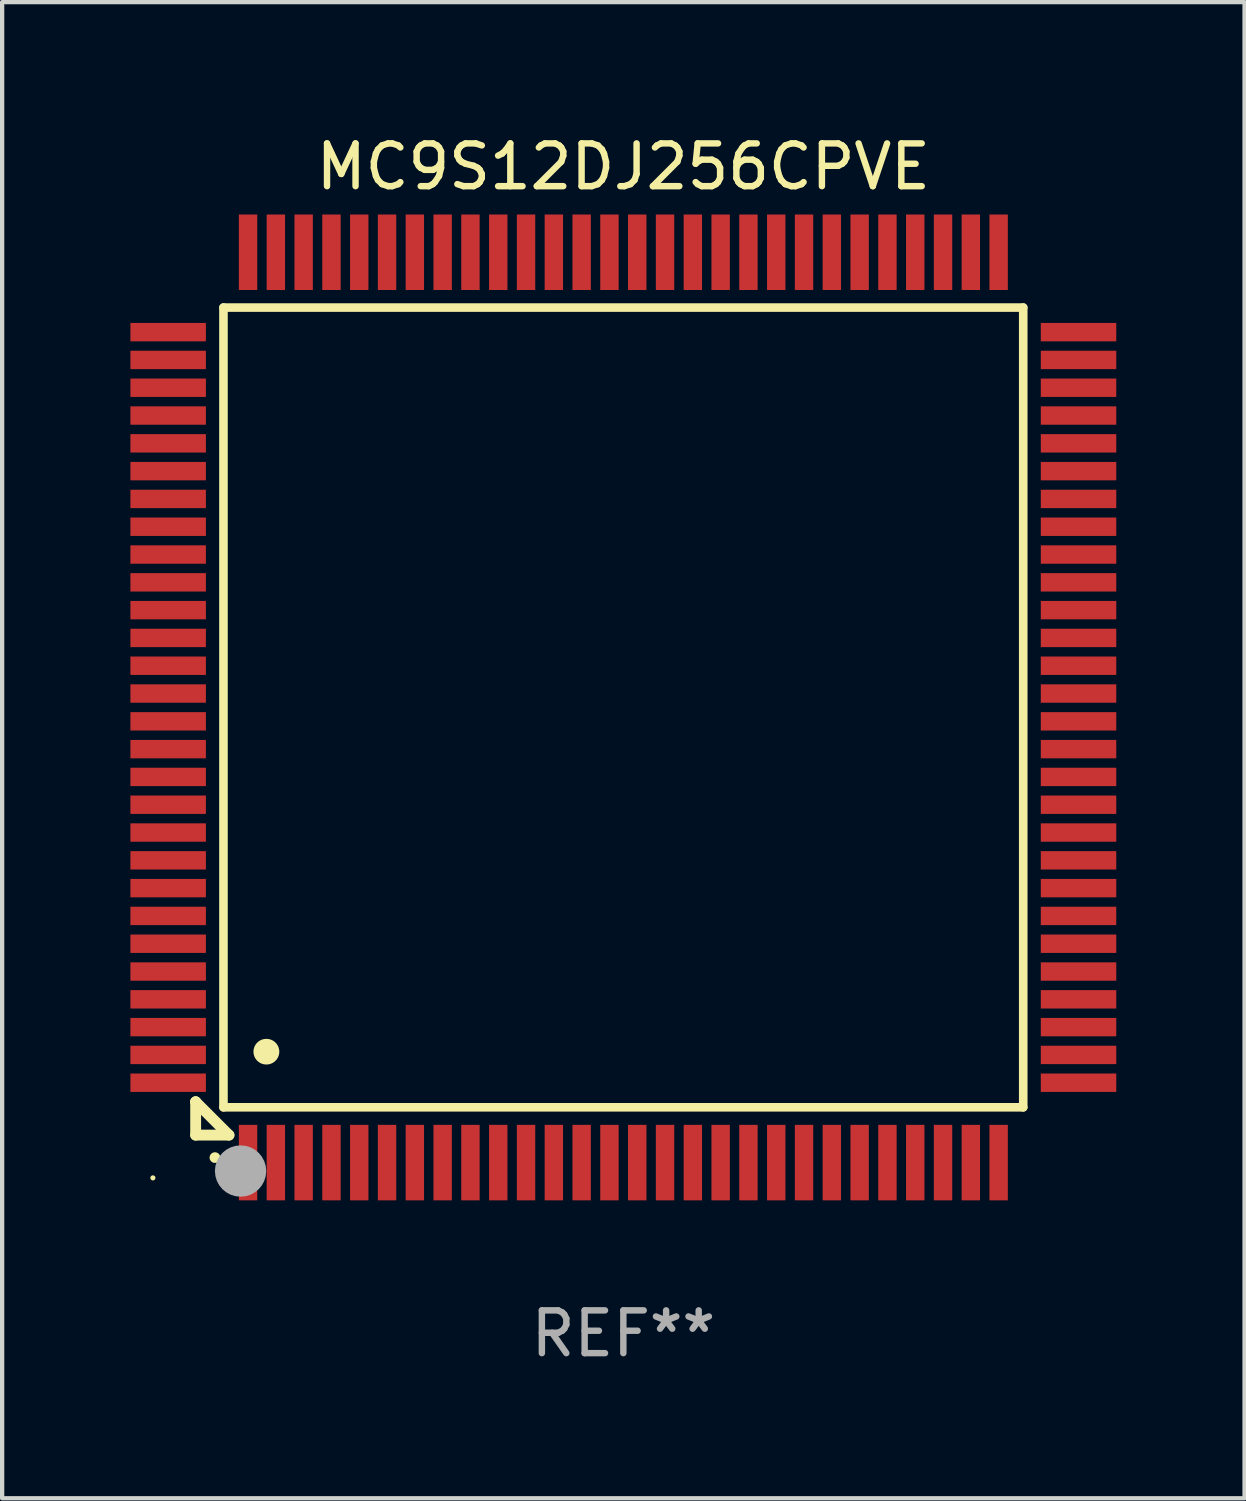
<source format=kicad_pcb>
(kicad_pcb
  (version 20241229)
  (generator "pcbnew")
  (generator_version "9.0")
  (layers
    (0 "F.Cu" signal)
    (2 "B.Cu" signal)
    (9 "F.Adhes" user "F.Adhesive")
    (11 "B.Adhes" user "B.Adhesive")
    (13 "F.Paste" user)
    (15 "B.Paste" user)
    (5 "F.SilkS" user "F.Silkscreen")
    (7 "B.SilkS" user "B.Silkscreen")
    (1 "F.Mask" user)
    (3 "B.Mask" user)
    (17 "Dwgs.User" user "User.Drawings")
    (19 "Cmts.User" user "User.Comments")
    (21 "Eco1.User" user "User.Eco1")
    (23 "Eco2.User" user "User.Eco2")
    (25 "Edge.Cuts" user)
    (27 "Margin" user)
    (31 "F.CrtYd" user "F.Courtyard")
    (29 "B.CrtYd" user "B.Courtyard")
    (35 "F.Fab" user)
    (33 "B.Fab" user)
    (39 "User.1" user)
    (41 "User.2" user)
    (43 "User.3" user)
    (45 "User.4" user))
  (footprint "MC9S12DJ256CPVE"
    (layer "F.Cu")
    (at 11.525 13.491)
    (property "Reference" "MC9S12DJ256CPVE" (at 0 -12.643 0) (layer "F.SilkS") (effects (font (size 1 1) (thickness 0.15))))
    (attr through_hole)
    (fp_line (start -10 9.221) (end -10 9.221) (stroke (width 0.254) (type solid)) (layer "F.SilkS"))
    (fp_line (start -10 9.221) (end -10 10) (stroke (width 0.254) (type solid)) (layer "F.SilkS"))
    (fp_line (start -10 9.221) (end -9.221 10) (stroke (width 0.254) (type solid)) (layer "F.SilkS"))
    (fp_line (start -10 10) (end -9.221 10) (stroke (width 0.254) (type solid)) (layer "F.SilkS"))
    (fp_line (start -9.35 -9.35) (end -9.35 9.35) (stroke (width 0.201) (type solid)) (layer "F.SilkS"))
    (fp_line (start -9.35 9.35) (end 9.35 9.35) (stroke (width 0.201) (type solid)) (layer "F.SilkS"))
    (fp_line (start 9.35 -9.35) (end -9.35 -9.35) (stroke (width 0.201) (type solid)) (layer "F.SilkS"))
    (fp_line (start 9.35 9.35) (end 9.35 -9.35) (stroke (width 0.201) (type solid)) (layer "F.SilkS"))
    (fp_arc (start -9.550546 10.525832) (mid -9.549276 10.525826) (end -9.548006 10.525832) (stroke (width 0.24892) (type solid)) (layer "F.SilkS"))
    (fp_arc (start -8.349124 8.049327) (mid -8.346584 8.049316) (end -8.344044 8.049327) (stroke (width 0.599441) (type solid)) (layer "F.SilkS"))
    (fp_circle (center -11 11) (end -10.97 11) (stroke (width 0.06) (type solid)) (fill no) (layer "F.SilkS"))
    (fp_circle (center -8.95 10.84) (end -8.65 10.84) (stroke (width 0.6) (type solid)) (fill no) (layer "F.Fab"))
    (fp_text user "REF**" (at 0 14.643 0) (layer "F.Fab") (effects (font (size 1 1) (thickness 0.15))))
    (pad "1" smd rect (at -8.775 10.643) (size 0.43 1.765) (layers "F.Cu" "F.Mask" "F.Paste"))
    (pad "2" smd rect (at -8.125 10.643) (size 0.43 1.765) (layers "F.Cu" "F.Mask" "F.Paste"))
    (pad "3" smd rect (at -7.475 10.643) (size 0.43 1.765) (layers "F.Cu" "F.Mask" "F.Paste"))
    (pad "4" smd rect (at -6.825 10.643) (size 0.43 1.765) (layers "F.Cu" "F.Mask" "F.Paste"))
    (pad "5" smd rect (at -6.175 10.643) (size 0.43 1.765) (layers "F.Cu" "F.Mask" "F.Paste"))
    (pad "6" smd rect (at -5.525 10.643) (size 0.43 1.765) (layers "F.Cu" "F.Mask" "F.Paste"))
    (pad "7" smd rect (at -4.875 10.643) (size 0.43 1.765) (layers "F.Cu" "F.Mask" "F.Paste"))
    (pad "8" smd rect (at -4.225 10.643) (size 0.43 1.765) (layers "F.Cu" "F.Mask" "F.Paste"))
    (pad "9" smd rect (at -3.575 10.643) (size 0.43 1.765) (layers "F.Cu" "F.Mask" "F.Paste"))
    (pad "10" smd rect (at -2.925 10.643) (size 0.43 1.765) (layers "F.Cu" "F.Mask" "F.Paste"))
    (pad "11" smd rect (at -2.275 10.643) (size 0.43 1.765) (layers "F.Cu" "F.Mask" "F.Paste"))
    (pad "12" smd rect (at -1.625 10.643) (size 0.43 1.765) (layers "F.Cu" "F.Mask" "F.Paste"))
    (pad "13" smd rect (at -0.975 10.643) (size 0.43 1.765) (layers "F.Cu" "F.Mask" "F.Paste"))
    (pad "14" smd rect (at -0.325 10.643) (size 0.43 1.765) (layers "F.Cu" "F.Mask" "F.Paste"))
    (pad "15" smd rect (at 0.325 10.643) (size 0.43 1.765) (layers "F.Cu" "F.Mask" "F.Paste"))
    (pad "16" smd rect (at 0.975 10.643) (size 0.43 1.765) (layers "F.Cu" "F.Mask" "F.Paste"))
    (pad "17" smd rect (at 1.625 10.643) (size 0.43 1.765) (layers "F.Cu" "F.Mask" "F.Paste"))
    (pad "18" smd rect (at 2.275 10.643) (size 0.43 1.765) (layers "F.Cu" "F.Mask" "F.Paste"))
    (pad "19" smd rect (at 2.925 10.643) (size 0.43 1.765) (layers "F.Cu" "F.Mask" "F.Paste"))
    (pad "20" smd rect (at 3.575 10.643) (size 0.43 1.765) (layers "F.Cu" "F.Mask" "F.Paste"))
    (pad "21" smd rect (at 4.225 10.643) (size 0.43 1.765) (layers "F.Cu" "F.Mask" "F.Paste"))
    (pad "22" smd rect (at 4.875 10.643) (size 0.43 1.765) (layers "F.Cu" "F.Mask" "F.Paste"))
    (pad "23" smd rect (at 5.525 10.643) (size 0.43 1.765) (layers "F.Cu" "F.Mask" "F.Paste"))
    (pad "24" smd rect (at 6.175 10.643) (size 0.43 1.765) (layers "F.Cu" "F.Mask" "F.Paste"))
    (pad "25" smd rect (at 6.825 10.643) (size 0.43 1.765) (layers "F.Cu" "F.Mask" "F.Paste"))
    (pad "26" smd rect (at 7.475 10.643) (size 0.43 1.765) (layers "F.Cu" "F.Mask" "F.Paste"))
    (pad "27" smd rect (at 8.125 10.643) (size 0.43 1.765) (layers "F.Cu" "F.Mask" "F.Paste"))
    (pad "28" smd rect (at 8.775 10.643) (size 0.43 1.765) (layers "F.Cu" "F.Mask" "F.Paste"))
    (pad "29" smd rect (at 10.643 8.775) (size 1.765 0.43) (layers "F.Cu" "F.Mask" "F.Paste"))
    (pad "30" smd rect (at 10.643 8.125) (size 1.765 0.43) (layers "F.Cu" "F.Mask" "F.Paste"))
    (pad "31" smd rect (at 10.643 7.475) (size 1.765 0.43) (layers "F.Cu" "F.Mask" "F.Paste"))
    (pad "32" smd rect (at 10.643 6.825) (size 1.765 0.43) (layers "F.Cu" "F.Mask" "F.Paste"))
    (pad "33" smd rect (at 10.643 6.175) (size 1.765 0.43) (layers "F.Cu" "F.Mask" "F.Paste"))
    (pad "34" smd rect (at 10.643 5.525) (size 1.765 0.43) (layers "F.Cu" "F.Mask" "F.Paste"))
    (pad "35" smd rect (at 10.643 4.875) (size 1.765 0.43) (layers "F.Cu" "F.Mask" "F.Paste"))
    (pad "36" smd rect (at 10.643 4.225) (size 1.765 0.43) (layers "F.Cu" "F.Mask" "F.Paste"))
    (pad "37" smd rect (at 10.643 3.575) (size 1.765 0.43) (layers "F.Cu" "F.Mask" "F.Paste"))
    (pad "38" smd rect (at 10.643 2.925) (size 1.765 0.43) (layers "F.Cu" "F.Mask" "F.Paste"))
    (pad "39" smd rect (at 10.643 2.275) (size 1.765 0.43) (layers "F.Cu" "F.Mask" "F.Paste"))
    (pad "40" smd rect (at 10.643 1.625) (size 1.765 0.43) (layers "F.Cu" "F.Mask" "F.Paste"))
    (pad "41" smd rect (at 10.643 0.975) (size 1.765 0.43) (layers "F.Cu" "F.Mask" "F.Paste"))
    (pad "42" smd rect (at 10.643 0.325) (size 1.765 0.43) (layers "F.Cu" "F.Mask" "F.Paste"))
    (pad "43" smd rect (at 10.643 -0.325) (size 1.765 0.43) (layers "F.Cu" "F.Mask" "F.Paste"))
    (pad "44" smd rect (at 10.643 -0.975) (size 1.765 0.43) (layers "F.Cu" "F.Mask" "F.Paste"))
    (pad "45" smd rect (at 10.643 -1.625) (size 1.765 0.43) (layers "F.Cu" "F.Mask" "F.Paste"))
    (pad "46" smd rect (at 10.643 -2.275) (size 1.765 0.43) (layers "F.Cu" "F.Mask" "F.Paste"))
    (pad "47" smd rect (at 10.643 -2.925) (size 1.765 0.43) (layers "F.Cu" "F.Mask" "F.Paste"))
    (pad "48" smd rect (at 10.643 -3.575) (size 1.765 0.43) (layers "F.Cu" "F.Mask" "F.Paste"))
    (pad "49" smd rect (at 10.643 -4.225) (size 1.765 0.43) (layers "F.Cu" "F.Mask" "F.Paste"))
    (pad "50" smd rect (at 10.643 -4.875) (size 1.765 0.43) (layers "F.Cu" "F.Mask" "F.Paste"))
    (pad "51" smd rect (at 10.643 -5.525) (size 1.765 0.43) (layers "F.Cu" "F.Mask" "F.Paste"))
    (pad "52" smd rect (at 10.643 -6.175) (size 1.765 0.43) (layers "F.Cu" "F.Mask" "F.Paste"))
    (pad "53" smd rect (at 10.643 -6.825) (size 1.765 0.43) (layers "F.Cu" "F.Mask" "F.Paste"))
    (pad "54" smd rect (at 10.643 -7.475) (size 1.765 0.43) (layers "F.Cu" "F.Mask" "F.Paste"))
    (pad "55" smd rect (at 10.643 -8.125) (size 1.765 0.43) (layers "F.Cu" "F.Mask" "F.Paste"))
    (pad "56" smd rect (at 10.643 -8.775) (size 1.765 0.43) (layers "F.Cu" "F.Mask" "F.Paste"))
    (pad "57" smd rect (at 8.775 -10.643) (size 0.43 1.765) (layers "F.Cu" "F.Mask" "F.Paste"))
    (pad "58" smd rect (at 8.125 -10.643) (size 0.43 1.765) (layers "F.Cu" "F.Mask" "F.Paste"))
    (pad "59" smd rect (at 7.475 -10.643) (size 0.43 1.765) (layers "F.Cu" "F.Mask" "F.Paste"))
    (pad "60" smd rect (at 6.825 -10.643) (size 0.43 1.765) (layers "F.Cu" "F.Mask" "F.Paste"))
    (pad "61" smd rect (at 6.175 -10.643) (size 0.43 1.765) (layers "F.Cu" "F.Mask" "F.Paste"))
    (pad "62" smd rect (at 5.525 -10.643) (size 0.43 1.765) (layers "F.Cu" "F.Mask" "F.Paste"))
    (pad "63" smd rect (at 4.875 -10.643) (size 0.43 1.765) (layers "F.Cu" "F.Mask" "F.Paste"))
    (pad "64" smd rect (at 4.225 -10.643) (size 0.43 1.765) (layers "F.Cu" "F.Mask" "F.Paste"))
    (pad "65" smd rect (at 3.575 -10.643) (size 0.43 1.765) (layers "F.Cu" "F.Mask" "F.Paste"))
    (pad "66" smd rect (at 2.925 -10.643) (size 0.43 1.765) (layers "F.Cu" "F.Mask" "F.Paste"))
    (pad "67" smd rect (at 2.275 -10.643) (size 0.43 1.765) (layers "F.Cu" "F.Mask" "F.Paste"))
    (pad "68" smd rect (at 1.625 -10.643) (size 0.43 1.765) (layers "F.Cu" "F.Mask" "F.Paste"))
    (pad "69" smd rect (at 0.975 -10.643) (size 0.43 1.765) (layers "F.Cu" "F.Mask" "F.Paste"))
    (pad "70" smd rect (at 0.325 -10.643) (size 0.43 1.765) (layers "F.Cu" "F.Mask" "F.Paste"))
    (pad "71" smd rect (at -0.325 -10.643) (size 0.43 1.765) (layers "F.Cu" "F.Mask" "F.Paste"))
    (pad "72" smd rect (at -0.975 -10.643) (size 0.43 1.765) (layers "F.Cu" "F.Mask" "F.Paste"))
    (pad "73" smd rect (at -1.625 -10.643) (size 0.43 1.765) (layers "F.Cu" "F.Mask" "F.Paste"))
    (pad "74" smd rect (at -2.275 -10.643) (size 0.43 1.765) (layers "F.Cu" "F.Mask" "F.Paste"))
    (pad "75" smd rect (at -2.925 -10.643) (size 0.43 1.765) (layers "F.Cu" "F.Mask" "F.Paste"))
    (pad "76" smd rect (at -3.575 -10.643) (size 0.43 1.765) (layers "F.Cu" "F.Mask" "F.Paste"))
    (pad "77" smd rect (at -4.225 -10.643) (size 0.43 1.765) (layers "F.Cu" "F.Mask" "F.Paste"))
    (pad "78" smd rect (at -4.875 -10.643) (size 0.43 1.765) (layers "F.Cu" "F.Mask" "F.Paste"))
    (pad "79" smd rect (at -5.525 -10.643) (size 0.43 1.765) (layers "F.Cu" "F.Mask" "F.Paste"))
    (pad "80" smd rect (at -6.175 -10.643) (size 0.43 1.765) (layers "F.Cu" "F.Mask" "F.Paste"))
    (pad "81" smd rect (at -6.825 -10.643) (size 0.43 1.765) (layers "F.Cu" "F.Mask" "F.Paste"))
    (pad "82" smd rect (at -7.475 -10.643) (size 0.43 1.765) (layers "F.Cu" "F.Mask" "F.Paste"))
    (pad "83" smd rect (at -8.125 -10.643) (size 0.43 1.765) (layers "F.Cu" "F.Mask" "F.Paste"))
    (pad "84" smd rect (at -8.775 -10.643) (size 0.43 1.765) (layers "F.Cu" "F.Mask" "F.Paste"))
    (pad "85" smd rect (at -10.643 -8.775) (size 1.765 0.43) (layers "F.Cu" "F.Mask" "F.Paste"))
    (pad "86" smd rect (at -10.643 -8.125) (size 1.765 0.43) (layers "F.Cu" "F.Mask" "F.Paste"))
    (pad "87" smd rect (at -10.643 -7.475) (size 1.765 0.43) (layers "F.Cu" "F.Mask" "F.Paste"))
    (pad "88" smd rect (at -10.643 -6.825) (size 1.765 0.43) (layers "F.Cu" "F.Mask" "F.Paste"))
    (pad "89" smd rect (at -10.643 -6.175) (size 1.765 0.43) (layers "F.Cu" "F.Mask" "F.Paste"))
    (pad "90" smd rect (at -10.643 -5.525) (size 1.765 0.43) (layers "F.Cu" "F.Mask" "F.Paste"))
    (pad "91" smd rect (at -10.643 -4.875) (size 1.765 0.43) (layers "F.Cu" "F.Mask" "F.Paste"))
    (pad "92" smd rect (at -10.643 -4.225) (size 1.765 0.43) (layers "F.Cu" "F.Mask" "F.Paste"))
    (pad "93" smd rect (at -10.643 -3.575) (size 1.765 0.43) (layers "F.Cu" "F.Mask" "F.Paste"))
    (pad "94" smd rect (at -10.643 -2.925) (size 1.765 0.43) (layers "F.Cu" "F.Mask" "F.Paste"))
    (pad "95" smd rect (at -10.643 -2.275) (size 1.765 0.43) (layers "F.Cu" "F.Mask" "F.Paste"))
    (pad "96" smd rect (at -10.643 -1.625) (size 1.765 0.43) (layers "F.Cu" "F.Mask" "F.Paste"))
    (pad "97" smd rect (at -10.643 -0.975) (size 1.765 0.43) (layers "F.Cu" "F.Mask" "F.Paste"))
    (pad "98" smd rect (at -10.643 -0.325) (size 1.765 0.43) (layers "F.Cu" "F.Mask" "F.Paste"))
    (pad "99" smd rect (at -10.643 0.325) (size 1.765 0.43) (layers "F.Cu" "F.Mask" "F.Paste"))
    (pad "100" smd rect (at -10.643 0.975) (size 1.765 0.43) (layers "F.Cu" "F.Mask" "F.Paste"))
    (pad "101" smd rect (at -10.643 1.625) (size 1.765 0.43) (layers "F.Cu" "F.Mask" "F.Paste"))
    (pad "102" smd rect (at -10.643 2.275) (size 1.765 0.43) (layers "F.Cu" "F.Mask" "F.Paste"))
    (pad "103" smd rect (at -10.643 2.925) (size 1.765 0.43) (layers "F.Cu" "F.Mask" "F.Paste"))
    (pad "104" smd rect (at -10.643 3.575) (size 1.765 0.43) (layers "F.Cu" "F.Mask" "F.Paste"))
    (pad "105" smd rect (at -10.643 4.225) (size 1.765 0.43) (layers "F.Cu" "F.Mask" "F.Paste"))
    (pad "106" smd rect (at -10.643 4.875) (size 1.765 0.43) (layers "F.Cu" "F.Mask" "F.Paste"))
    (pad "107" smd rect (at -10.643 5.525) (size 1.765 0.43) (layers "F.Cu" "F.Mask" "F.Paste"))
    (pad "108" smd rect (at -10.643 6.175) (size 1.765 0.43) (layers "F.Cu" "F.Mask" "F.Paste"))
    (pad "109" smd rect (at -10.643 6.825) (size 1.765 0.43) (layers "F.Cu" "F.Mask" "F.Paste"))
    (pad "110" smd rect (at -10.643 7.475) (size 1.765 0.43) (layers "F.Cu" "F.Mask" "F.Paste"))
    (pad "111" smd rect (at -10.643 8.125) (size 1.765 0.43) (layers "F.Cu" "F.Mask" "F.Paste"))
    (pad "112" smd rect (at -10.643 8.775) (size 1.765 0.43) (layers "F.Cu" "F.Mask" "F.Paste")))
  (gr_rect
    (start -3 -3)
    (end 26.05 31.982)
    (stroke (width 0.1) (type default))
    (fill no)
    (layer "Edge.Cuts")))
</source>
